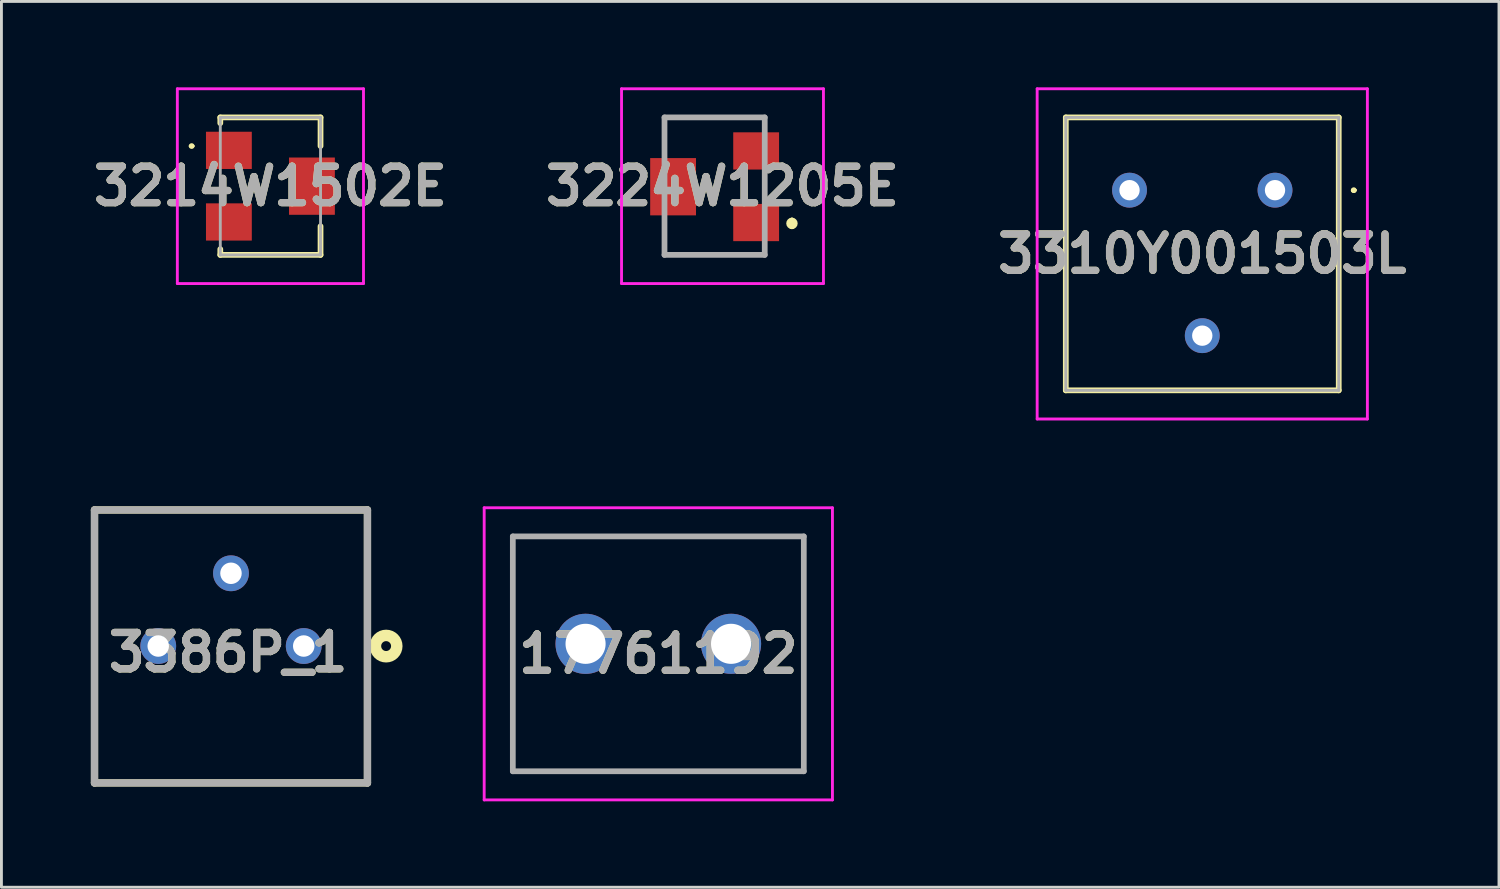
<source format=kicad_pcb>
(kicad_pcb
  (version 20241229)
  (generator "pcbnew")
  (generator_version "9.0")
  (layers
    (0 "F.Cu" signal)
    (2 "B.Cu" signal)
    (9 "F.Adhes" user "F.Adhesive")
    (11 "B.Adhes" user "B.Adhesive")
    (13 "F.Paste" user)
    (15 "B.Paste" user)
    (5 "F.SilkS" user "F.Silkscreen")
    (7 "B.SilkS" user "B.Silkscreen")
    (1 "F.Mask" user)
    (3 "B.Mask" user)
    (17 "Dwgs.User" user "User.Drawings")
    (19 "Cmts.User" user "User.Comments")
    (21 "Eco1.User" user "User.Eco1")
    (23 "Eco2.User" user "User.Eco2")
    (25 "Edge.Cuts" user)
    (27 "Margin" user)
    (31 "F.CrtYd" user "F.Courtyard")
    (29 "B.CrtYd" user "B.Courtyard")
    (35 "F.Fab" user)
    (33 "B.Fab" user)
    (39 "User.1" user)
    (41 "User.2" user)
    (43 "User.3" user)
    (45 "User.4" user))
  (footprint "3224W1205E"
    (layer "F.Cu")
    (at 21.902 3.45)
    (property "Reference" "3224W1205E" (at 0.275 0 0) (layer "F.SilkS") (effects (font (size 1.27 1.27) (thickness 0.254))))
    (attr smd)
    (fp_line (start -1.75 -2.4) (end -1.75 -1.5) (stroke (width 0.1) (type solid)) (layer "F.SilkS"))
    (fp_line (start -1.75 1.5) (end -1.75 2.4) (stroke (width 0.1) (type solid)) (layer "F.SilkS"))
    (fp_line (start -1.75 2.4) (end 1.75 2.4) (stroke (width 0.1) (type solid)) (layer "F.SilkS"))
    (fp_line (start 1.75 -2.4) (end -1.75 -2.4) (stroke (width 0.1) (type solid)) (layer "F.SilkS"))
    (fp_line (start 2.7 1.2) (end 2.7 1.2) (stroke (width 0.2) (type solid)) (layer "F.SilkS"))
    (fp_line (start 2.7 1.4) (end 2.7 1.4) (stroke (width 0.2) (type solid)) (layer "F.SilkS"))
    (fp_arc (start 2.7 1.2) (mid 2.8 1.3) (end 2.7 1.4) (stroke (width 0.2) (type solid)) (layer "F.SilkS"))
    (fp_arc (start 2.7 1.4) (mid 2.6 1.3) (end 2.7 1.2) (stroke (width 0.2) (type solid)) (layer "F.SilkS"))
    (fp_line (start -3.25 -3.4) (end 3.8 -3.4) (stroke (width 0.1) (type solid)) (layer "F.CrtYd"))
    (fp_line (start -3.25 3.4) (end -3.25 -3.4) (stroke (width 0.1) (type solid)) (layer "F.CrtYd"))
    (fp_line (start 3.8 -3.4) (end 3.8 3.4) (stroke (width 0.1) (type solid)) (layer "F.CrtYd"))
    (fp_line (start 3.8 3.4) (end -3.25 3.4) (stroke (width 0.1) (type solid)) (layer "F.CrtYd"))
    (fp_line (start -1.75 -2.4) (end 1.75 -2.4) (stroke (width 0.2) (type solid)) (layer "F.Fab"))
    (fp_line (start -1.75 2.4) (end -1.75 -2.4) (stroke (width 0.2) (type solid)) (layer "F.Fab"))
    (fp_line (start 1.75 -2.4) (end 1.75 2.4) (stroke (width 0.2) (type solid)) (layer "F.Fab"))
    (fp_line (start 1.75 2.4) (end -1.75 2.4) (stroke (width 0.2) (type solid)) (layer "F.Fab"))
    (fp_text user "${REFERENCE}" (at 0.275 0 0) (layer "F.Fab") (effects (font (size 1.27 1.27) (thickness 0.254))))
    (pad "1" smd rect (at 1.45 1.27 90) (size 1.3 1.6) (layers "F.Cu" "F.Mask" "F.Paste"))
    (pad "2" smd rect (at -1.45 0.02) (size 1.6 2) (layers "F.Cu" "F.Mask" "F.Paste"))
    (pad "3" smd rect (at 1.45 -1.23 90) (size 1.3 1.6) (layers "F.Cu" "F.Mask" "F.Paste")))
  (footprint "3214W1502E"
    (layer "F.Cu")
    (at 6.392 3.45)
    (property "Reference" "3214W1502E" (at 0 0 0) (layer "F.SilkS") (effects (font (size 1.27 1.27) (thickness 0.254))))
    (attr smd)
    (fp_line (start -2.8 -1.4) (end -2.8 -1.4) (stroke (width 0.1) (type solid)) (layer "F.SilkS"))
    (fp_line (start -2.7 -1.4) (end -2.7 -1.4) (stroke (width 0.1) (type solid)) (layer "F.SilkS"))
    (fp_line (start -1.75 -2.4) (end 1.75 -2.4) (stroke (width 0.2) (type solid)) (layer "F.SilkS"))
    (fp_line (start -1.75 -2.2) (end -1.75 -2.4) (stroke (width 0.2) (type solid)) (layer "F.SilkS"))
    (fp_line (start -1.75 2.2) (end -1.75 2.4) (stroke (width 0.2) (type solid)) (layer "F.SilkS"))
    (fp_line (start -1.75 2.4) (end 1.75 2.4) (stroke (width 0.2) (type solid)) (layer "F.SilkS"))
    (fp_line (start 1.75 -2.4) (end 1.75 -1.4) (stroke (width 0.2) (type solid)) (layer "F.SilkS"))
    (fp_line (start 1.75 2.4) (end 1.75 1.4) (stroke (width 0.2) (type solid)) (layer "F.SilkS"))
    (fp_arc (start -2.8 -1.4) (mid -2.75 -1.45) (end -2.7 -1.4) (stroke (width 0.1) (type solid)) (layer "F.SilkS"))
    (fp_arc (start -2.7 -1.4) (mid -2.75 -1.35) (end -2.8 -1.4) (stroke (width 0.1) (type solid)) (layer "F.SilkS"))
    (fp_line (start -3.25 -3.4) (end -3.25 3.4) (stroke (width 0.1) (type solid)) (layer "F.CrtYd"))
    (fp_line (start -3.25 3.4) (end 3.25 3.4) (stroke (width 0.1) (type solid)) (layer "F.CrtYd"))
    (fp_line (start 3.25 -3.4) (end -3.25 -3.4) (stroke (width 0.1) (type solid)) (layer "F.CrtYd"))
    (fp_line (start 3.25 3.4) (end 3.25 -3.4) (stroke (width 0.1) (type solid)) (layer "F.CrtYd"))
    (fp_line (start -1.75 -2.4) (end -1.75 2.4) (stroke (width 0.1) (type solid)) (layer "F.Fab"))
    (fp_line (start -1.75 2.4) (end 1.75 2.4) (stroke (width 0.1) (type solid)) (layer "F.Fab"))
    (fp_line (start 1.75 -2.4) (end -1.75 -2.4) (stroke (width 0.1) (type solid)) (layer "F.Fab"))
    (fp_line (start 1.75 2.4) (end 1.75 -2.4) (stroke (width 0.1) (type solid)) (layer "F.Fab"))
    (fp_text user "${REFERENCE}" (at 0 0 0) (layer "F.Fab") (effects (font (size 1.27 1.27) (thickness 0.254))))
    (pad "1" smd rect (at -1.45 -1.25 90) (size 1.3 1.6) (layers "F.Cu" "F.Mask" "F.Paste"))
    (pad "2" smd rect (at 1.45 0) (size 1.6 2) (layers "F.Cu" "F.Mask" "F.Paste"))
    (pad "3" smd rect (at -1.45 1.25 90) (size 1.3 1.6) (layers "F.Cu" "F.Mask" "F.Paste")))
  (footprint "17761192"
    (layer "F.Cu")
    (at 17.396 19.43)
    (property "Reference" "17761192" (at 2.54 0.35 0) (layer "F.SilkS") (effects (font (size 1.27 1.27) (thickness 0.254))))
    (attr through_hole)
    (fp_line (start -2.54 -3.75) (end 7.62 -3.75) (stroke (width 0.1) (type solid)) (layer "F.SilkS"))
    (fp_line (start -2.54 4.45) (end -2.54 -3.75) (stroke (width 0.1) (type solid)) (layer "F.SilkS"))
    (fp_line (start 7.62 -3.75) (end 7.62 4.45) (stroke (width 0.1) (type solid)) (layer "F.SilkS"))
    (fp_line (start 7.62 4.45) (end -2.54 4.45) (stroke (width 0.1) (type solid)) (layer "F.SilkS"))
    (fp_line (start -3.54 -4.75) (end 8.62 -4.75) (stroke (width 0.1) (type solid)) (layer "F.CrtYd"))
    (fp_line (start -3.54 5.45) (end -3.54 -4.75) (stroke (width 0.1) (type solid)) (layer "F.CrtYd"))
    (fp_line (start 8.62 -4.75) (end 8.62 5.45) (stroke (width 0.1) (type solid)) (layer "F.CrtYd"))
    (fp_line (start 8.62 5.45) (end -3.54 5.45) (stroke (width 0.1) (type solid)) (layer "F.CrtYd"))
    (fp_line (start -2.54 -3.75) (end 7.62 -3.75) (stroke (width 0.2) (type solid)) (layer "F.Fab"))
    (fp_line (start -2.54 4.45) (end -2.54 -3.75) (stroke (width 0.2) (type solid)) (layer "F.Fab"))
    (fp_line (start 7.62 -3.75) (end 7.62 4.45) (stroke (width 0.2) (type solid)) (layer "F.Fab"))
    (fp_line (start 7.62 4.45) (end -2.54 4.45) (stroke (width 0.2) (type solid)) (layer "F.Fab"))
    (fp_text user "${REFERENCE}" (at 2.54 0.35 0) (layer "F.Fab") (effects (font (size 1.27 1.27) (thickness 0.254))))
    (pad "1" thru_hole circle (at 0 0) (size 2.1 2.1) (drill 1.4) (layers "*.Cu" "*.Mask"))
    (pad "2" thru_hole circle (at 5.08 0) (size 2.1 2.1) (drill 1.4) (layers "*.Cu" "*.Mask")))
  (footprint "3310Y001503L"
    (layer "F.Cu")
    (at 41.469 3.59)
    (property "Reference" "3310Y001503L" (at -2.54 2.225 0) (layer "F.SilkS") (effects (font (size 1.27 1.27) (thickness 0.254))))
    (attr through_hole)
    (fp_line (start -7.305 -2.54) (end -7.305 6.99) (stroke (width 0.2) (type solid)) (layer "F.SilkS"))
    (fp_line (start -7.305 6.99) (end 2.225 6.99) (stroke (width 0.2) (type solid)) (layer "F.SilkS"))
    (fp_line (start 2.225 -2.54) (end -7.305 -2.54) (stroke (width 0.2) (type solid)) (layer "F.SilkS"))
    (fp_line (start 2.225 6.99) (end 2.225 -2.54) (stroke (width 0.2) (type solid)) (layer "F.SilkS"))
    (fp_line (start 2.7 0) (end 2.7 0) (stroke (width 0.1) (type solid)) (layer "F.SilkS"))
    (fp_line (start 2.7 0) (end 2.7 0) (stroke (width 0.1) (type solid)) (layer "F.SilkS"))
    (fp_line (start 2.8 0) (end 2.8 0) (stroke (width 0.1) (type solid)) (layer "F.SilkS"))
    (fp_arc (start 2.7 0) (mid 2.75 -0.05) (end 2.8 0) (stroke (width 0.1) (type solid)) (layer "F.SilkS"))
    (fp_arc (start 2.8 0) (mid 2.75 0.05) (end 2.7 0) (stroke (width 0.1) (type solid)) (layer "F.SilkS"))
    (fp_arc (start 2.8 0) (mid 2.75 0.05) (end 2.7 0) (stroke (width 0.1) (type solid)) (layer "F.SilkS"))
    (fp_line (start -8.305 -3.54) (end -8.305 7.99) (stroke (width 0.1) (type solid)) (layer "F.CrtYd"))
    (fp_line (start -8.305 7.99) (end 3.225 7.99) (stroke (width 0.1) (type solid)) (layer "F.CrtYd"))
    (fp_line (start 3.225 -3.54) (end -8.305 -3.54) (stroke (width 0.1) (type solid)) (layer "F.CrtYd"))
    (fp_line (start 3.225 7.99) (end 3.225 -3.54) (stroke (width 0.1) (type solid)) (layer "F.CrtYd"))
    (fp_line (start -7.305 -2.54) (end 2.225 -2.54) (stroke (width 0.1) (type solid)) (layer "F.Fab"))
    (fp_line (start -7.305 6.99) (end -7.305 -2.54) (stroke (width 0.1) (type solid)) (layer "F.Fab"))
    (fp_line (start 2.225 -2.54) (end 2.225 6.99) (stroke (width 0.1) (type solid)) (layer "F.Fab"))
    (fp_line (start 2.225 6.99) (end -7.305 6.99) (stroke (width 0.1) (type solid)) (layer "F.Fab"))
    (fp_text user "${REFERENCE}" (at -2.54 2.225 0) (layer "F.Fab") (effects (font (size 1.27 1.27) (thickness 0.254))))
    (pad "1" thru_hole circle (at 0 0) (size 1.217 1.217) (drill 0.71) (layers "*.Cu" "*.Mask"))
    (pad "2" thru_hole circle (at -2.54 5.08) (size 1.217 1.217) (drill 0.71) (layers "*.Cu" "*.Mask"))
    (pad "3" thru_hole circle (at -5.08 0) (size 1.217 1.217) (drill 0.71) (layers "*.Cu" "*.Mask")))
  (footprint "3386P_1"
    (layer "F.Cu")
    (at 0.25 24.287)
    (property "Reference" "3386P_1" (at 4.664 -4.558 0) (layer "F.SilkS") (effects (font (size 1.27 1.27) (thickness 0.254))))
    (attr through_hole)
    (fp_line (start 0 -9.53) (end 9.53 -9.53) (stroke (width 0.254) (type solid)) (layer "F.SilkS"))
    (fp_line (start 0 0) (end 0 -9.53) (stroke (width 0.254) (type solid)) (layer "F.SilkS"))
    (fp_line (start 9.53 -9.53) (end 9.53 0) (stroke (width 0.254) (type solid)) (layer "F.SilkS"))
    (fp_line (start 9.53 0) (end 0 0) (stroke (width 0.254) (type solid)) (layer "F.SilkS"))
    (fp_circle (center 10.182 -4.778) (end 10.182 -4.605) (stroke (width 0.4) (type solid)) (fill no) (layer "F.SilkS"))
    (fp_line (start 0 -9.53) (end 9.53 -9.53) (stroke (width 0.254) (type solid)) (layer "F.Fab"))
    (fp_line (start 0 0) (end 0 -9.53) (stroke (width 0.254) (type solid)) (layer "F.Fab"))
    (fp_line (start 9.53 -9.53) (end 9.53 0) (stroke (width 0.254) (type solid)) (layer "F.Fab"))
    (fp_line (start 9.53 0) (end 0 0) (stroke (width 0.254) (type solid)) (layer "F.Fab"))
    (fp_text user "${REFERENCE}" (at 4.664 -4.558 0) (layer "F.Fab") (effects (font (size 1.27 1.27) (thickness 0.254))))
    (pad "1" thru_hole circle (at 7.305 -4.78) (size 1.25 1.25) (drill 0.75) (layers "*.Cu" "*.Mask"))
    (pad "2" thru_hole circle (at 4.765 -7.32) (size 1.25 1.25) (drill 0.75) (layers "*.Cu" "*.Mask"))
    (pad "3" thru_hole circle (at 2.225 -4.78) (size 1.25 1.25) (drill 0.75) (layers "*.Cu" "*.Mask")))
  (gr_rect
    (start -3 -3)
    (end 49.289 27.93)
    (stroke (width 0.1) (type default))
    (fill no)
    (layer "Edge.Cuts")))
</source>
